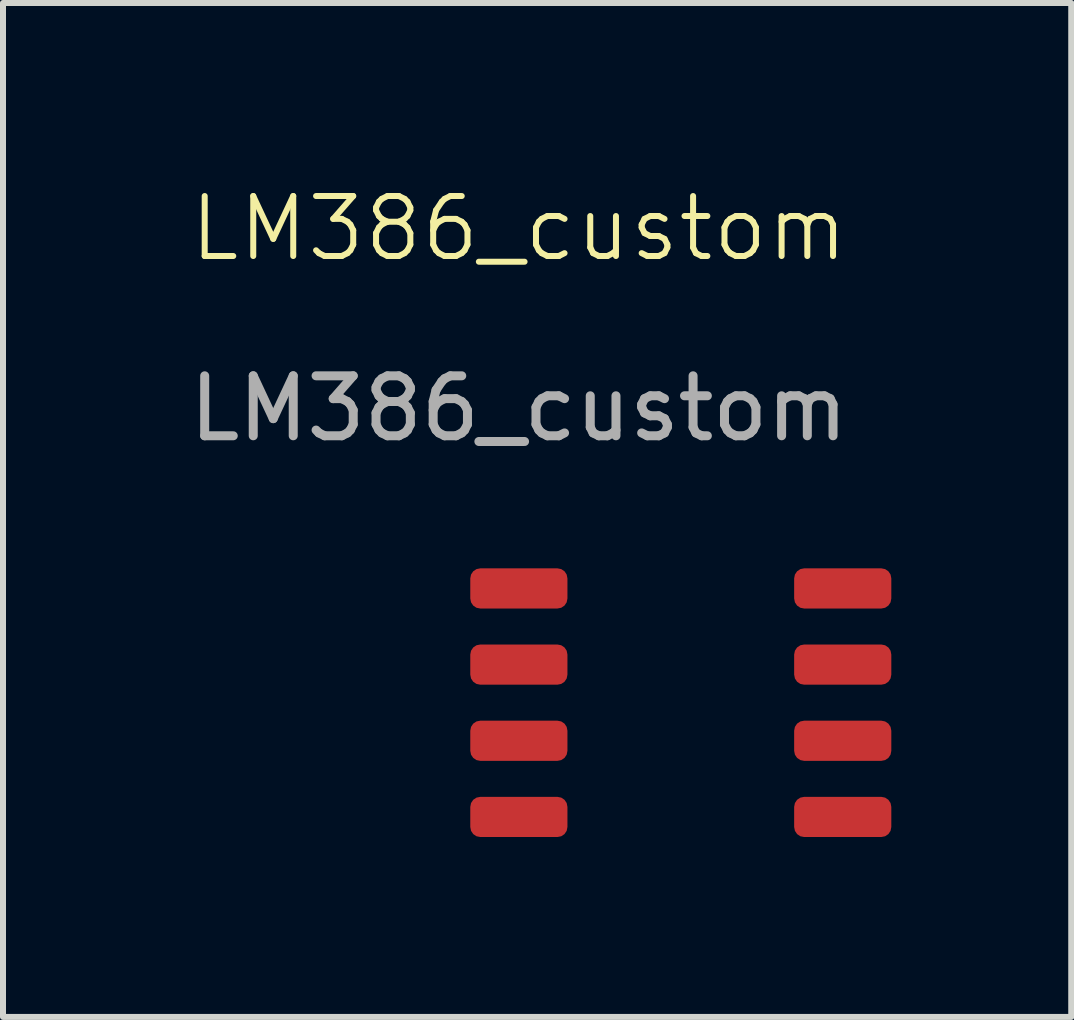
<source format=kicad_pcb>
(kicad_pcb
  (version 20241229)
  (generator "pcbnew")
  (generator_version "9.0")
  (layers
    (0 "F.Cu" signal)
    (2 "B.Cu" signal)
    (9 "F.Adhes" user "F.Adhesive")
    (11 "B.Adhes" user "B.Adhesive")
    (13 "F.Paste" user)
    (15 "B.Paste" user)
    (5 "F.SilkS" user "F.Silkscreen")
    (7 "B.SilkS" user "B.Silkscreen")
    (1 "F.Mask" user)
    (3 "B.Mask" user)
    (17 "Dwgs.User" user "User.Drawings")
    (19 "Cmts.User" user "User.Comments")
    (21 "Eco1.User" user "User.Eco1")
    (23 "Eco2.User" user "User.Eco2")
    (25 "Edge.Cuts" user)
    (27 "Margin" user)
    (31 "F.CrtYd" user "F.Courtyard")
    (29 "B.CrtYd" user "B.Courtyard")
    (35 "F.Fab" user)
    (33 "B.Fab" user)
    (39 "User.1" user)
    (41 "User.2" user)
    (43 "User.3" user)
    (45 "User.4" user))
  (footprint "LM386_custom"
    (layer "F.Cu")
    (at 5.601 6.761)
    (property "Reference" "LM386_custom" (at 0 -6 0) (unlocked yes) (layer "F.SilkS") (effects (font (size 1 1) (thickness 0.1))))
    (attr smd)
    (fp_text user "${REFERENCE}" (at 0 -3 0) (unlocked yes) (layer "F.Fab") (effects (font (size 1 1) (thickness 0.15))))
    (pad "1" smd roundrect (at 0 0) (size 1.62 0.67) (layers "F.Cu" "F.Mask" "F.Paste") (roundrect_rratio 0.25))
    (pad "2" smd roundrect (at 0 1.27) (size 1.62 0.67) (layers "F.Cu" "F.Mask" "F.Paste") (roundrect_rratio 0.25))
    (pad "3" smd roundrect (at 0 2.54) (size 1.62 0.67) (layers "F.Cu" "F.Mask" "F.Paste" "Eco2.User") (roundrect_rratio 0.25))
    (pad "4" smd roundrect (at 0 3.81) (size 1.62 0.67) (layers "F.Cu" "F.Mask" "F.Paste") (roundrect_rratio 0.25))
    (pad "5" smd roundrect (at 5.4 3.81) (size 1.62 0.67) (layers "F.Cu" "F.Mask" "F.Paste") (roundrect_rratio 0.25))
    (pad "6" smd roundrect (at 5.4 2.54) (size 1.62 0.67) (layers "F.Cu" "F.Mask" "F.Paste") (roundrect_rratio 0.25))
    (pad "7" smd roundrect (at 5.4 1.27) (size 1.62 0.67) (layers "F.Cu" "F.Mask" "F.Paste") (roundrect_rratio 0.25))
    (pad "8" smd roundrect (at 5.4 0) (size 1.62 0.67) (layers "F.Cu" "F.Mask" "F.Paste") (roundrect_rratio 0.25)))
  (gr_rect
    (start -3 -3)
    (end 14.811 13.905)
    (stroke (width 0.1) (type default))
    (fill no)
    (layer "Edge.Cuts")))
</source>
